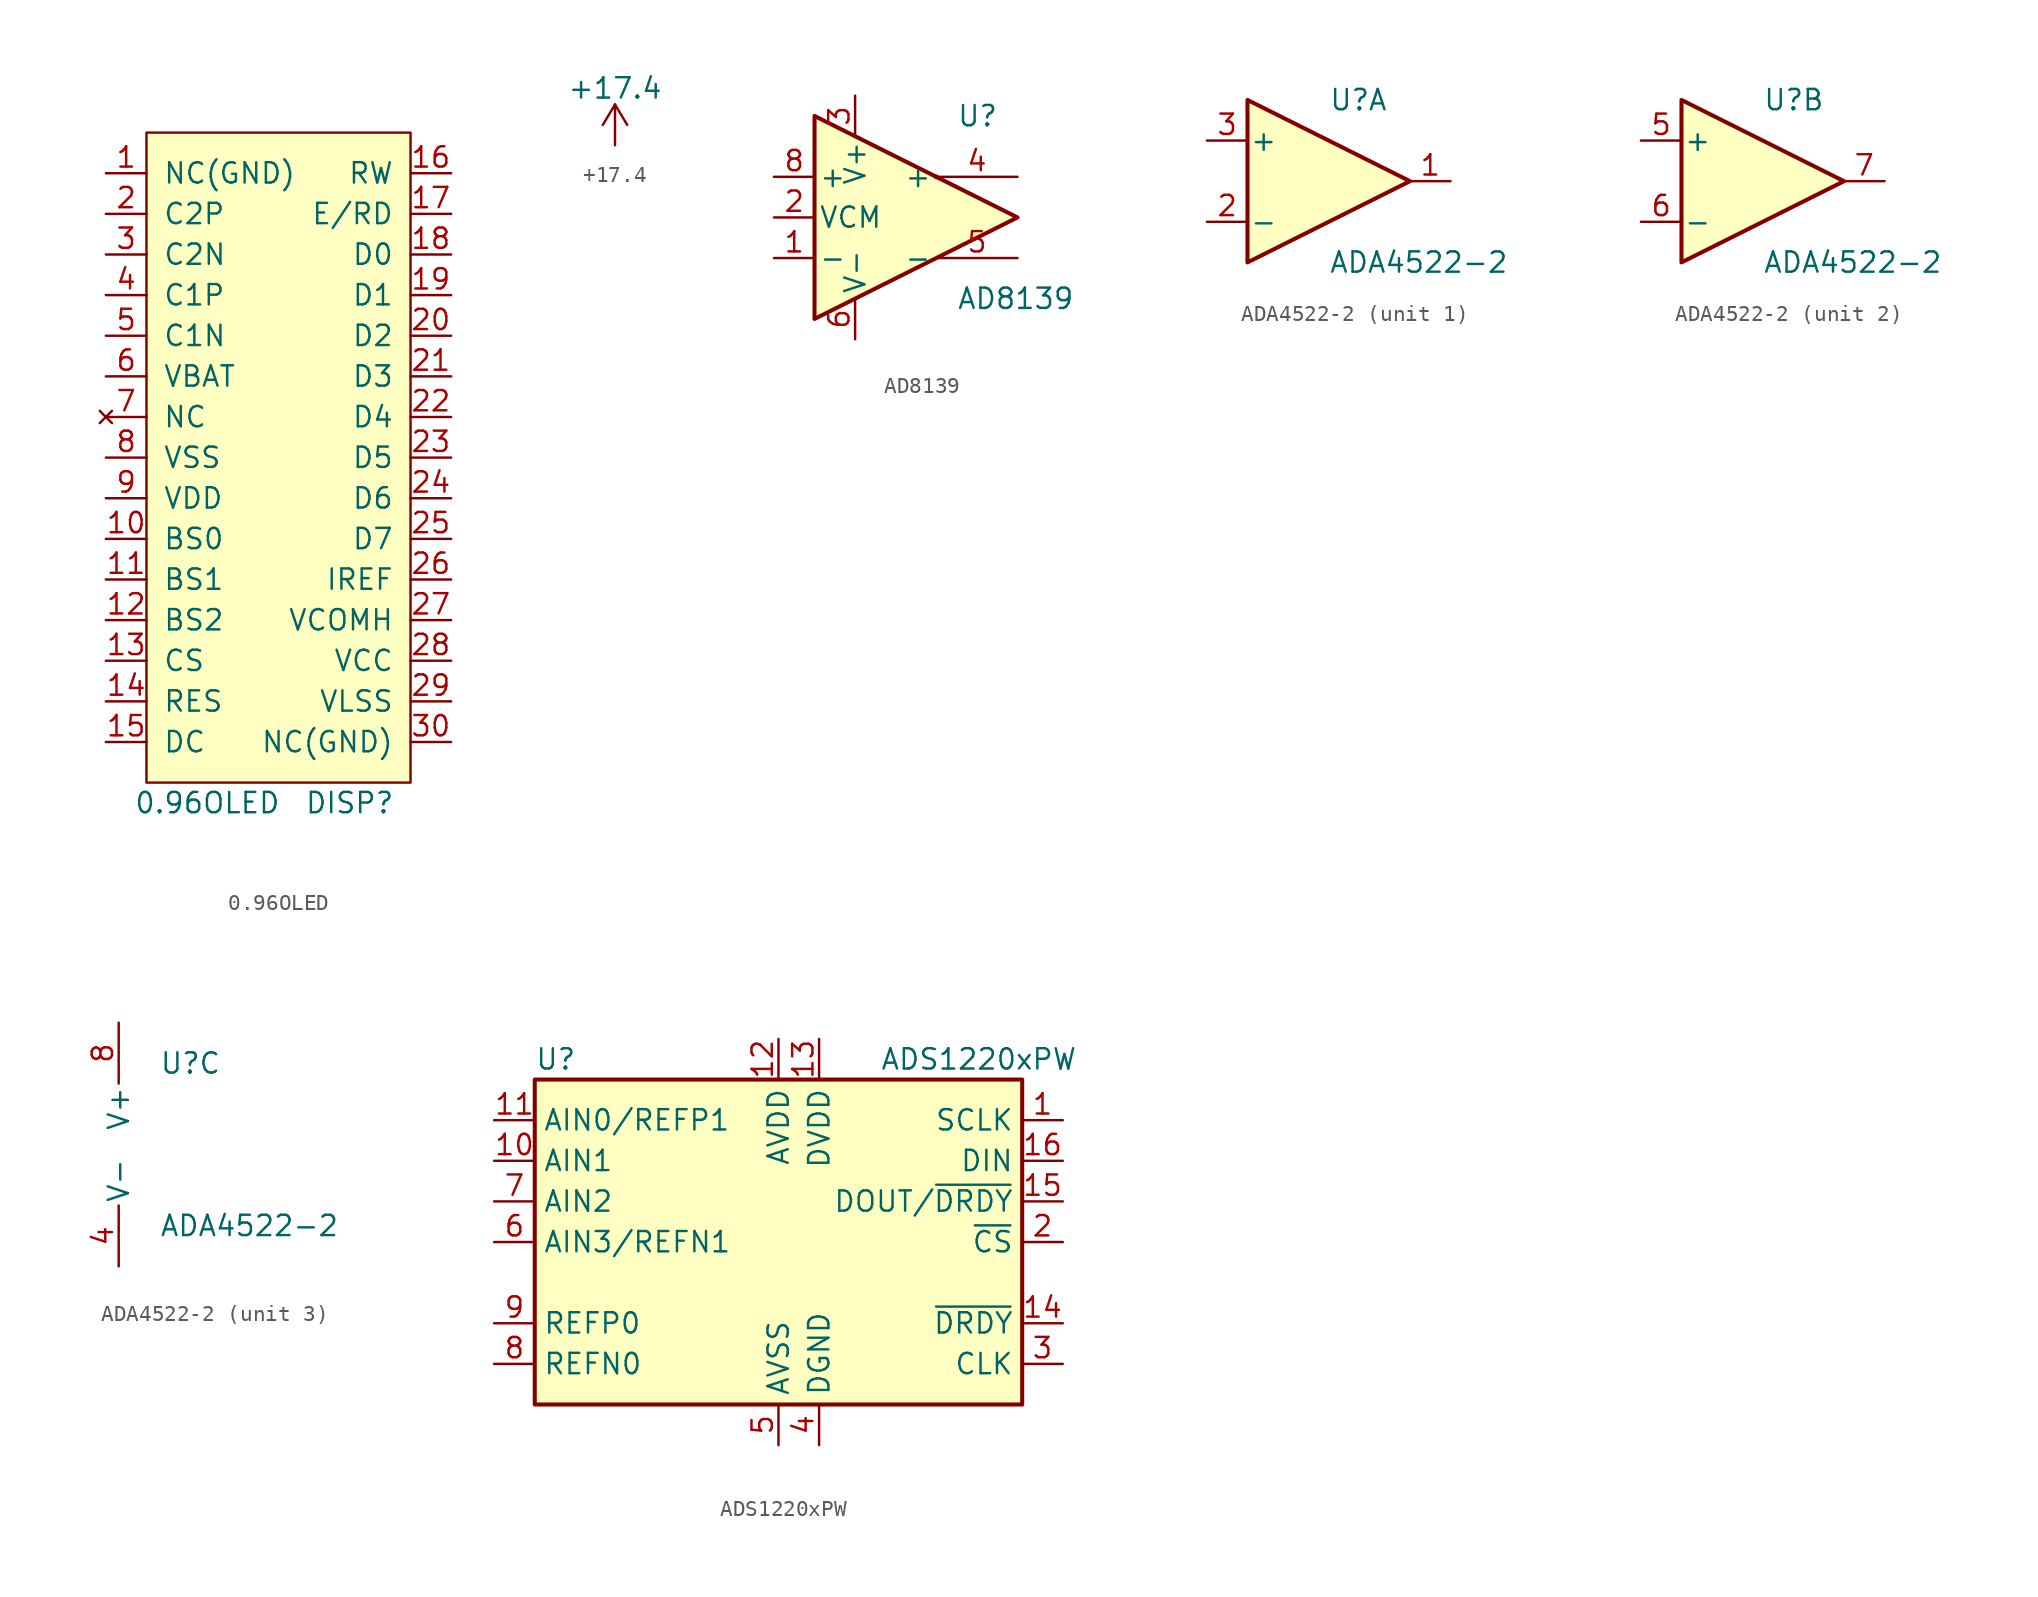
<source format=kicad_sym>
(kicad_symbol_lib
  (version 20211014)
  (generator kicad_symbol_editor)
  (symbol "0.96OLED"
    (pin_names
      (offset 1.016))
    (property "Reference" "DISP"
      (at 10.16 -8.89 0)
      (effects (font (size 1.27 1.27))))
    (property "Value" "0.96OLED"
      (at 1.27 -8.89 0)
      (effects (font (size 1.27 1.27))))
    (symbol "0.96OLED_0_1"
      (rectangle (start -2.54 33.02) (end 13.97 -7.62) (stroke (width 0) (type default) (color 0 0 0 0)) (fill (type background))))
    (symbol "0.96OLED_1_1"
      (pin passive line (at -5.08 30.48 0) (length 2.54) (name "NC(GND)" (effects (font (size 1.27 1.27)))) (number "1" (effects (font (size 1.27 1.27)))))
      (pin input line (at -5.08 7.62 0) (length 2.54) (name "BS0" (effects (font (size 1.27 1.27)))) (number "10" (effects (font (size 1.27 1.27)))))
      (pin input line (at -5.08 5.08 0) (length 2.54) (name "BS1" (effects (font (size 1.27 1.27)))) (number "11" (effects (font (size 1.27 1.27)))))
      (pin input line (at -5.08 2.54 0) (length 2.54) (name "BS2" (effects (font (size 1.27 1.27)))) (number "12" (effects (font (size 1.27 1.27)))))
      (pin input line (at -5.08 0 0) (length 2.54) (name "CS" (effects (font (size 1.27 1.27)))) (number "13" (effects (font (size 1.27 1.27)))))
      (pin input line (at -5.08 -2.54 0) (length 2.54) (name "RES" (effects (font (size 1.27 1.27)))) (number "14" (effects (font (size 1.27 1.27)))))
      (pin input line (at -5.08 -5.08 0) (length 2.54) (name "DC" (effects (font (size 1.27 1.27)))) (number "15" (effects (font (size 1.27 1.27)))))
      (pin input line (at 16.51 30.48 180) (length 2.54) (name "RW" (effects (font (size 1.27 1.27)))) (number "16" (effects (font (size 1.27 1.27)))))
      (pin input line (at 16.51 27.94 180) (length 2.54) (name "E/RD" (effects (font (size 1.27 1.27)))) (number "17" (effects (font (size 1.27 1.27)))))
      (pin input line (at 16.51 25.4 180) (length 2.54) (name "D0" (effects (font (size 1.27 1.27)))) (number "18" (effects (font (size 1.27 1.27)))))
      (pin input line (at 16.51 22.86 180) (length 2.54) (name "D1" (effects (font (size 1.27 1.27)))) (number "19" (effects (font (size 1.27 1.27)))))
      (pin passive line (at -5.08 27.94 0) (length 2.54) (name "C2P" (effects (font (size 1.27 1.27)))) (number "2" (effects (font (size 1.27 1.27)))))
      (pin input line (at 16.51 20.32 180) (length 2.54) (name "D2" (effects (font (size 1.27 1.27)))) (number "20" (effects (font (size 1.27 1.27)))))
      (pin input line (at 16.51 17.78 180) (length 2.54) (name "D3" (effects (font (size 1.27 1.27)))) (number "21" (effects (font (size 1.27 1.27)))))
      (pin input line (at 16.51 15.24 180) (length 2.54) (name "D4" (effects (font (size 1.27 1.27)))) (number "22" (effects (font (size 1.27 1.27)))))
      (pin input line (at 16.51 12.7 180) (length 2.54) (name "D5" (effects (font (size 1.27 1.27)))) (number "23" (effects (font (size 1.27 1.27)))))
      (pin input line (at 16.51 10.16 180) (length 2.54) (name "D6" (effects (font (size 1.27 1.27)))) (number "24" (effects (font (size 1.27 1.27)))))
      (pin input line (at 16.51 7.62 180) (length 2.54) (name "D7" (effects (font (size 1.27 1.27)))) (number "25" (effects (font (size 1.27 1.27)))))
      (pin output line (at 16.51 5.08 180) (length 2.54) (name "IREF" (effects (font (size 1.27 1.27)))) (number "26" (effects (font (size 1.27 1.27)))))
      (pin bidirectional line (at 16.51 2.54 180) (length 2.54) (name "VCOMH" (effects (font (size 1.27 1.27)))) (number "27" (effects (font (size 1.27 1.27)))))
      (pin bidirectional line (at 16.51 0 180) (length 2.54) (name "VCC" (effects (font (size 1.27 1.27)))) (number "28" (effects (font (size 1.27 1.27)))))
      (pin power_in line (at 16.51 -2.54 180) (length 2.54) (name "VLSS" (effects (font (size 1.27 1.27)))) (number "29" (effects (font (size 1.27 1.27)))))
      (pin passive line (at -5.08 25.4 0) (length 2.54) (name "C2N" (effects (font (size 1.27 1.27)))) (number "3" (effects (font (size 1.27 1.27)))))
      (pin passive line (at 16.51 -5.08 180) (length 2.54) (name "NC(GND)" (effects (font (size 1.27 1.27)))) (number "30" (effects (font (size 1.27 1.27)))))
      (pin passive line (at -5.08 22.86 0) (length 2.54) (name "C1P" (effects (font (size 1.27 1.27)))) (number "4" (effects (font (size 1.27 1.27)))))
      (pin passive line (at -5.08 20.32 0) (length 2.54) (name "C1N" (effects (font (size 1.27 1.27)))) (number "5" (effects (font (size 1.27 1.27)))))
      (pin power_in line (at -5.08 17.78 0) (length 2.54) (name "VBAT" (effects (font (size 1.27 1.27)))) (number "6" (effects (font (size 1.27 1.27)))))
      (pin no_connect line (at -5.08 15.24 0) (length 2.54) (name "NC" (effects (font (size 1.27 1.27)))) (number "7" (effects (font (size 1.27 1.27)))))
      (pin power_in line (at -5.08 12.7 0) (length 2.54) (name "VSS" (effects (font (size 1.27 1.27)))) (number "8" (effects (font (size 1.27 1.27)))))
      (pin power_in line (at -5.08 10.16 0) (length 2.54) (name "VDD" (effects (font (size 1.27 1.27)))) (number "9" (effects (font (size 1.27 1.27)))))))
  (symbol "+17.4"
    (power)
    (pin_names
      (offset 0))
    (property "Reference" "#PWR"
      (at 0 -3.81 0)
      (effects (font (size 1.27 1.27)) hide))
    (property "Value" "+17.4"
      (at 0 3.556 0)
      (effects (font (size 1.27 1.27))))
    (symbol "+17.4_0_1"
      (polyline (pts (xy -0.762 1.27) (xy 0 2.54)) (stroke (width 0) (type default) (color 0 0 0 0)) (fill (type none)))
      (polyline (pts (xy 0 0) (xy 0 2.54)) (stroke (width 0) (type default) (color 0 0 0 0)) (fill (type none)))
      (polyline (pts (xy 0 2.54) (xy 0.762 1.27)) (stroke (width 0) (type default) (color 0 0 0 0)) (fill (type none))))
    (symbol "+17.4_1_1"
      (pin power_in line (at 0 0 90) (length 0) hide (name "+17.4V" (effects (font (size 1.27 1.27)))) (number "1" (effects (font (size 1.27 1.27)))))))
  (symbol "AD8139"
    (pin_names
      (offset 0.254))
    (property "Reference" "U"
      (at 3.81 6.35 0)
      (effects (font (size 1.27 1.27)) (justify left)))
    (property "Value" "AD8139"
      (at 3.81 -5.08 0)
      (effects (font (size 1.27 1.27)) (justify left)))
    (symbol "AD8139_0_1"
      (polyline (pts (xy 7.62 0) (xy -5.08 6.35) (xy -5.08 -6.35) (xy 7.62 0)) (stroke (width 0.254) (type default) (color 0 0 0 0)) (fill (type background)))
      (circle (center 2.54 2.54) (radius 0.0001) (stroke (width 0) (type default) (color 0 0 0 0)) (fill (type none))))
    (symbol "AD8139_1_1"
      (pin input line (at -7.62 -2.54 0) (length 2.54) (name "-" (effects (font (size 1.27 1.27)))) (number "1" (effects (font (size 1.27 1.27)))))
      (pin input line (at -7.62 0 0) (length 2.54) (name "VCM" (effects (font (size 1.27 1.27)))) (number "2" (effects (font (size 1.27 1.27)))))
      (pin power_in line (at -2.54 7.62 270) (length 2.54) (name "V+" (effects (font (size 1.27 1.27)))) (number "3" (effects (font (size 1.27 1.27)))))
      (pin output line (at 7.62 2.54 180) (length 5.08) (name "+" (effects (font (size 1.27 1.27)))) (number "4" (effects (font (size 1.27 1.27)))))
      (pin output line (at 7.62 -2.54 180) (length 5.08) (name "-" (effects (font (size 1.27 1.27)))) (number "5" (effects (font (size 1.27 1.27)))))
      (pin power_in line (at -2.54 -7.62 90) (length 2.54) (name "V-" (effects (font (size 1.27 1.27)))) (number "6" (effects (font (size 1.27 1.27)))))
      (pin no_connect line (at 5.08 0 180) (length 2.54) hide (name "NC" (effects (font (size 1.27 1.27)))) (number "7" (effects (font (size 1.27 1.27)))))
      (pin input line (at -7.62 2.54 0) (length 2.54) (name "+" (effects (font (size 1.27 1.27)))) (number "8" (effects (font (size 1.27 1.27)))))))
  (symbol "ADA4522-2"
    (pin_names
      (offset 0.127))
    (property "Reference" "U"
      (at 0 5.08 0)
      (effects (font (size 1.27 1.27)) (justify left)))
    (property "Value" "ADA4522-2"
      (at 0 -5.08 0)
      (effects (font (size 1.27 1.27)) (justify left)))
    (property "ki_locked" ""
      (at 0 0 0)
      (effects (font (size 1.27 1.27))))
    (symbol "ADA4522-2_1_1"
      (polyline (pts (xy -5.08 5.08) (xy 5.08 0) (xy -5.08 -5.08) (xy -5.08 5.08)) (stroke (width 0.254) (type default) (color 0 0 0 0)) (fill (type background)))
      (pin output line (at 7.62 0 180) (length 2.54) (name "~" (effects (font (size 1.27 1.27)))) (number "1" (effects (font (size 1.27 1.27)))))
      (pin input line (at -7.62 -2.54 0) (length 2.54) (name "-" (effects (font (size 1.27 1.27)))) (number "2" (effects (font (size 1.27 1.27)))))
      (pin input line (at -7.62 2.54 0) (length 2.54) (name "+" (effects (font (size 1.27 1.27)))) (number "3" (effects (font (size 1.27 1.27))))))
    (symbol "ADA4522-2_2_1"
      (polyline (pts (xy -5.08 5.08) (xy 5.08 0) (xy -5.08 -5.08) (xy -5.08 5.08)) (stroke (width 0.254) (type default) (color 0 0 0 0)) (fill (type background)))
      (pin input line (at -7.62 2.54 0) (length 2.54) (name "+" (effects (font (size 1.27 1.27)))) (number "5" (effects (font (size 1.27 1.27)))))
      (pin input line (at -7.62 -2.54 0) (length 2.54) (name "-" (effects (font (size 1.27 1.27)))) (number "6" (effects (font (size 1.27 1.27)))))
      (pin output line (at 7.62 0 180) (length 2.54) (name "~" (effects (font (size 1.27 1.27)))) (number "7" (effects (font (size 1.27 1.27))))))
    (symbol "ADA4522-2_3_1"
      (pin power_in line (at -2.54 -7.62 90) (length 3.81) (name "V-" (effects (font (size 1.27 1.27)))) (number "4" (effects (font (size 1.27 1.27)))))
      (pin power_in line (at -2.54 7.62 270) (length 3.81) (name "V+" (effects (font (size 1.27 1.27)))) (number "8" (effects (font (size 1.27 1.27)))))))
  (symbol "ADS1220xPW"
    (property "Reference" "U"
      (at -15.24 11.43 0)
      (effects (font (size 1.27 1.27)) (justify left)))
    (property "Value" "ADS1220xPW"
      (at 6.35 11.43 0)
      (effects (font (size 1.27 1.27)) (justify left)))
    (symbol "ADS1220xPW_0_1"
      (rectangle (start -15.24 10.16) (end 15.24 -10.16) (stroke (width 0.254) (type default) (color 0 0 0 0)) (fill (type background))))
    (symbol "ADS1220xPW_1_1"
      (pin input line (at 17.78 7.62 180) (length 2.54) (name "SCLK" (effects (font (size 1.27 1.27)))) (number "1" (effects (font (size 1.27 1.27)))))
      (pin input line (at -17.78 5.08 0) (length 2.54) (name "AIN1" (effects (font (size 1.27 1.27)))) (number "10" (effects (font (size 1.27 1.27)))))
      (pin input line (at -17.78 7.62 0) (length 2.54) (name "AIN0/REFP1" (effects (font (size 1.27 1.27)))) (number "11" (effects (font (size 1.27 1.27)))))
      (pin power_in line (at 0 12.7 270) (length 2.54) (name "AVDD" (effects (font (size 1.27 1.27)))) (number "12" (effects (font (size 1.27 1.27)))))
      (pin power_in line (at 2.54 12.7 270) (length 2.54) (name "DVDD" (effects (font (size 1.27 1.27)))) (number "13" (effects (font (size 1.27 1.27)))))
      (pin output line (at 17.78 -5.08 180) (length 2.54) (name "~{DRDY}" (effects (font (size 1.27 1.27)))) (number "14" (effects (font (size 1.27 1.27)))))
      (pin output line (at 17.78 2.54 180) (length 2.54) (name "DOUT/~{DRDY}" (effects (font (size 1.27 1.27)))) (number "15" (effects (font (size 1.27 1.27)))))
      (pin input line (at 17.78 5.08 180) (length 2.54) (name "DIN" (effects (font (size 1.27 1.27)))) (number "16" (effects (font (size 1.27 1.27)))))
      (pin input line (at 17.78 0 180) (length 2.54) (name "~{CS}" (effects (font (size 1.27 1.27)))) (number "2" (effects (font (size 1.27 1.27)))))
      (pin input line (at 17.78 -7.62 180) (length 2.54) (name "CLK" (effects (font (size 1.27 1.27)))) (number "3" (effects (font (size 1.27 1.27)))))
      (pin power_in line (at 2.54 -12.7 90) (length 2.54) (name "DGND" (effects (font (size 1.27 1.27)))) (number "4" (effects (font (size 1.27 1.27)))))
      (pin power_in line (at 0 -12.7 90) (length 2.54) (name "AVSS" (effects (font (size 1.27 1.27)))) (number "5" (effects (font (size 1.27 1.27)))))
      (pin input line (at -17.78 0 0) (length 2.54) (name "AIN3/REFN1" (effects (font (size 1.27 1.27)))) (number "6" (effects (font (size 1.27 1.27)))))
      (pin input line (at -17.78 2.54 0) (length 2.54) (name "AIN2" (effects (font (size 1.27 1.27)))) (number "7" (effects (font (size 1.27 1.27)))))
      (pin input line (at -17.78 -7.62 0) (length 2.54) (name "REFN0" (effects (font (size 1.27 1.27)))) (number "8" (effects (font (size 1.27 1.27)))))
      (pin input line (at -17.78 -5.08 0) (length 2.54) (name "REFP0" (effects (font (size 1.27 1.27)))) (number "9" (effects (font (size 1.27 1.27))))))))
</source>
